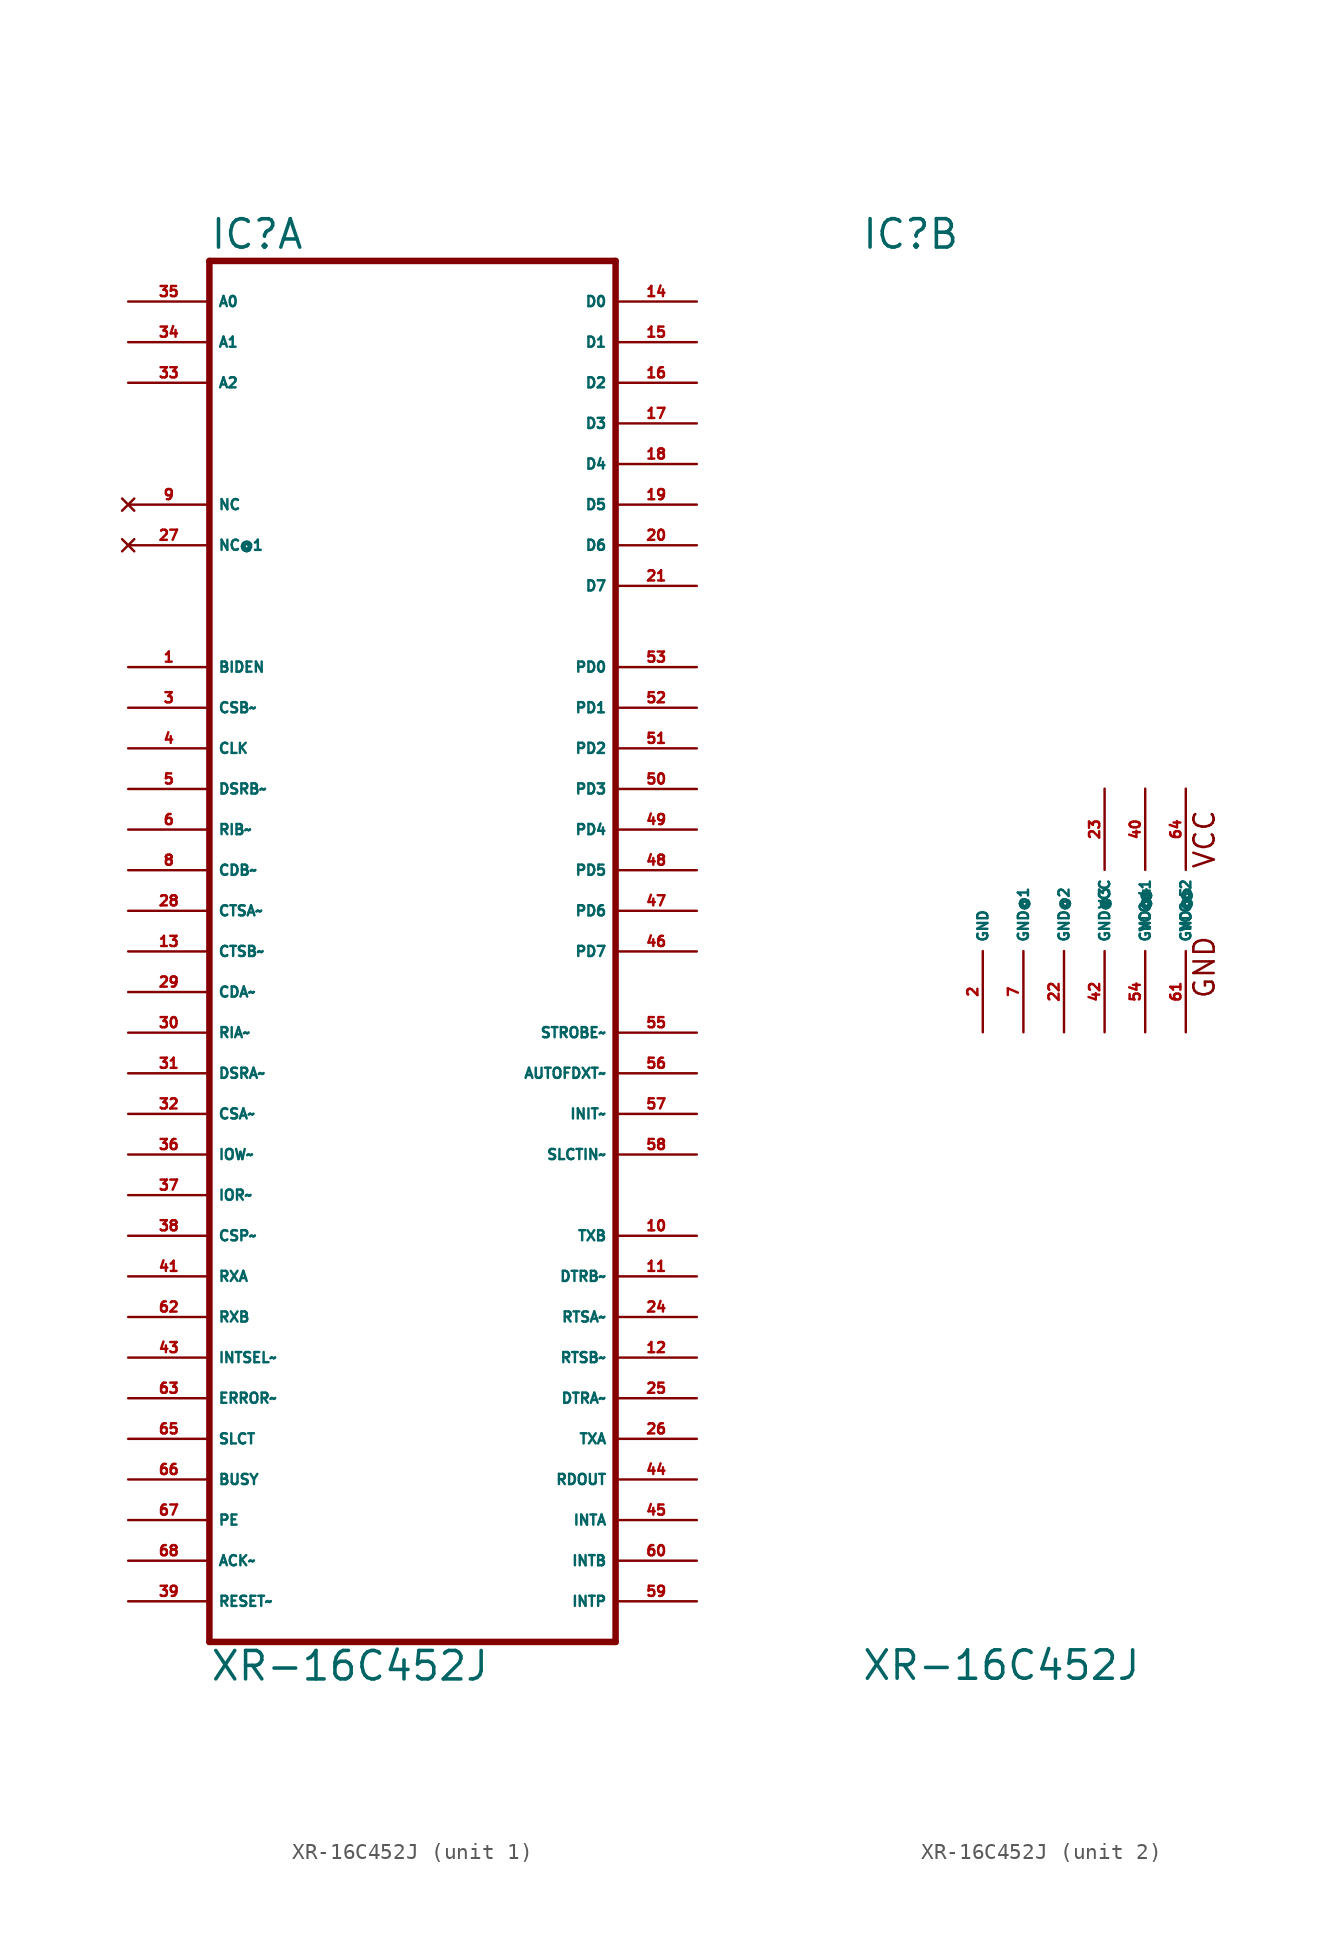
<source format=kicad_sym>
(kicad_symbol_lib
  (version 20220914)
  (generator Eagle2Kicad)
  (symbol "XR-16C452J"
    (property "Reference" "IC"
      (at -12.7 41.275 0)
      (effects (font (size 1.778 1.778) (thickness 0.22)) (justify left bottom)))
    (property "Value" "XR-16C452J"
      (at -12.7 -48.26 0)
      (effects (font (size 1.778 1.778) (thickness 0.22)) (justify left bottom)))
    (symbol "XR-16C452J_1_0"
      (polyline (pts (xy -12.7 -45.72) (xy 12.7 -45.72)) (stroke (width 0.406) (type default)) (fill (type none)))
      (polyline (pts (xy 12.7 -45.72) (xy 12.7 40.64)) (stroke (width 0.406) (type default)) (fill (type none)))
      (polyline (pts (xy 12.7 40.64) (xy -12.7 40.64)) (stroke (width 0.406) (type default)) (fill (type none)))
      (polyline (pts (xy -12.7 40.64) (xy -12.7 -45.72)) (stroke (width 0.406) (type default)) (fill (type none)))
      (pin bidirectional line (at 17.78 38.1 180) (length 5.08) (name "D0" (effects (font (size 0.635 0.635) (thickness 0.08)) (justify left bottom))) (number "14" (effects (font (size 0.635 0.635) (thickness 0.08)) (justify left bottom))))
      (pin bidirectional line (at 17.78 35.56 180) (length 5.08) (name "D1" (effects (font (size 0.635 0.635) (thickness 0.08)) (justify left bottom))) (number "15" (effects (font (size 0.635 0.635) (thickness 0.08)) (justify left bottom))))
      (pin bidirectional line (at 17.78 33.02 180) (length 5.08) (name "D2" (effects (font (size 0.635 0.635) (thickness 0.08)) (justify left bottom))) (number "16" (effects (font (size 0.635 0.635) (thickness 0.08)) (justify left bottom))))
      (pin bidirectional line (at 17.78 30.48 180) (length 5.08) (name "D3" (effects (font (size 0.635 0.635) (thickness 0.08)) (justify left bottom))) (number "17" (effects (font (size 0.635 0.635) (thickness 0.08)) (justify left bottom))))
      (pin bidirectional line (at 17.78 27.94 180) (length 5.08) (name "D4" (effects (font (size 0.635 0.635) (thickness 0.08)) (justify left bottom))) (number "18" (effects (font (size 0.635 0.635) (thickness 0.08)) (justify left bottom))))
      (pin bidirectional line (at 17.78 25.4 180) (length 5.08) (name "D5" (effects (font (size 0.635 0.635) (thickness 0.08)) (justify left bottom))) (number "19" (effects (font (size 0.635 0.635) (thickness 0.08)) (justify left bottom))))
      (pin bidirectional line (at 17.78 22.86 180) (length 5.08) (name "D6" (effects (font (size 0.635 0.635) (thickness 0.08)) (justify left bottom))) (number "20" (effects (font (size 0.635 0.635) (thickness 0.08)) (justify left bottom))))
      (pin bidirectional line (at 17.78 20.32 180) (length 5.08) (name "D7" (effects (font (size 0.635 0.635) (thickness 0.08)) (justify left bottom))) (number "21" (effects (font (size 0.635 0.635) (thickness 0.08)) (justify left bottom))))
      (pin input line (at -17.78 38.1 0) (length 5.08) (name "A0" (effects (font (size 0.635 0.635) (thickness 0.08)) (justify left bottom))) (number "35" (effects (font (size 0.635 0.635) (thickness 0.08)) (justify left bottom))))
      (pin input line (at -17.78 35.56 0) (length 5.08) (name "A1" (effects (font (size 0.635 0.635) (thickness 0.08)) (justify left bottom))) (number "34" (effects (font (size 0.635 0.635) (thickness 0.08)) (justify left bottom))))
      (pin input line (at -17.78 33.02 0) (length 5.08) (name "A2" (effects (font (size 0.635 0.635) (thickness 0.08)) (justify left bottom))) (number "33" (effects (font (size 0.635 0.635) (thickness 0.08)) (justify left bottom))))
      (pin input line (at -17.78 15.24 0) (length 5.08) (name "BIDEN" (effects (font (size 0.635 0.635) (thickness 0.08)) (justify left bottom))) (number "1" (effects (font (size 0.635 0.635) (thickness 0.08)) (justify left bottom))))
      (pin input line (at -17.78 12.7 0) (length 5.08) (name "CSB~" (effects (font (size 0.635 0.635) (thickness 0.08)) (justify left bottom))) (number "3" (effects (font (size 0.635 0.635) (thickness 0.08)) (justify left bottom))))
      (pin input line (at -17.78 10.16 0) (length 5.08) (name "CLK" (effects (font (size 0.635 0.635) (thickness 0.08)) (justify left bottom))) (number "4" (effects (font (size 0.635 0.635) (thickness 0.08)) (justify left bottom))))
      (pin input line (at -17.78 7.62 0) (length 5.08) (name "DSRB~" (effects (font (size 0.635 0.635) (thickness 0.08)) (justify left bottom))) (number "5" (effects (font (size 0.635 0.635) (thickness 0.08)) (justify left bottom))))
      (pin input line (at -17.78 5.08 0) (length 5.08) (name "RIB~" (effects (font (size 0.635 0.635) (thickness 0.08)) (justify left bottom))) (number "6" (effects (font (size 0.635 0.635) (thickness 0.08)) (justify left bottom))))
      (pin input line (at -17.78 2.54 0) (length 5.08) (name "CDB~" (effects (font (size 0.635 0.635) (thickness 0.08)) (justify left bottom))) (number "8" (effects (font (size 0.635 0.635) (thickness 0.08)) (justify left bottom))))
      (pin input line (at -17.78 0 0) (length 5.08) (name "CTSA~" (effects (font (size 0.635 0.635) (thickness 0.08)) (justify left bottom))) (number "28" (effects (font (size 0.635 0.635) (thickness 0.08)) (justify left bottom))))
      (pin input line (at -17.78 -2.54 0) (length 5.08) (name "CTSB~" (effects (font (size 0.635 0.635) (thickness 0.08)) (justify left bottom))) (number "13" (effects (font (size 0.635 0.635) (thickness 0.08)) (justify left bottom))))
      (pin input line (at -17.78 -5.08 0) (length 5.08) (name "CDA~" (effects (font (size 0.635 0.635) (thickness 0.08)) (justify left bottom))) (number "29" (effects (font (size 0.635 0.635) (thickness 0.08)) (justify left bottom))))
      (pin input line (at -17.78 -7.62 0) (length 5.08) (name "RIA~" (effects (font (size 0.635 0.635) (thickness 0.08)) (justify left bottom))) (number "30" (effects (font (size 0.635 0.635) (thickness 0.08)) (justify left bottom))))
      (pin input line (at -17.78 -10.16 0) (length 5.08) (name "DSRA~" (effects (font (size 0.635 0.635) (thickness 0.08)) (justify left bottom))) (number "31" (effects (font (size 0.635 0.635) (thickness 0.08)) (justify left bottom))))
      (pin input line (at -17.78 -12.7 0) (length 5.08) (name "CSA~" (effects (font (size 0.635 0.635) (thickness 0.08)) (justify left bottom))) (number "32" (effects (font (size 0.635 0.635) (thickness 0.08)) (justify left bottom))))
      (pin input line (at -17.78 -15.24 0) (length 5.08) (name "IOW~" (effects (font (size 0.635 0.635) (thickness 0.08)) (justify left bottom))) (number "36" (effects (font (size 0.635 0.635) (thickness 0.08)) (justify left bottom))))
      (pin input line (at -17.78 -17.78 0) (length 5.08) (name "IOR~" (effects (font (size 0.635 0.635) (thickness 0.08)) (justify left bottom))) (number "37" (effects (font (size 0.635 0.635) (thickness 0.08)) (justify left bottom))))
      (pin input line (at -17.78 -20.32 0) (length 5.08) (name "CSP~" (effects (font (size 0.635 0.635) (thickness 0.08)) (justify left bottom))) (number "38" (effects (font (size 0.635 0.635) (thickness 0.08)) (justify left bottom))))
      (pin input line (at -17.78 -22.86 0) (length 5.08) (name "RXA" (effects (font (size 0.635 0.635) (thickness 0.08)) (justify left bottom))) (number "41" (effects (font (size 0.635 0.635) (thickness 0.08)) (justify left bottom))))
      (pin input line (at -17.78 -25.4 0) (length 5.08) (name "RXB" (effects (font (size 0.635 0.635) (thickness 0.08)) (justify left bottom))) (number "62" (effects (font (size 0.635 0.635) (thickness 0.08)) (justify left bottom))))
      (pin input line (at -17.78 -27.94 0) (length 5.08) (name "INTSEL~" (effects (font (size 0.635 0.635) (thickness 0.08)) (justify left bottom))) (number "43" (effects (font (size 0.635 0.635) (thickness 0.08)) (justify left bottom))))
      (pin input line (at -17.78 -30.48 0) (length 5.08) (name "ERROR~" (effects (font (size 0.635 0.635) (thickness 0.08)) (justify left bottom))) (number "63" (effects (font (size 0.635 0.635) (thickness 0.08)) (justify left bottom))))
      (pin input line (at -17.78 -33.02 0) (length 5.08) (name "SLCT" (effects (font (size 0.635 0.635) (thickness 0.08)) (justify left bottom))) (number "65" (effects (font (size 0.635 0.635) (thickness 0.08)) (justify left bottom))))
      (pin input line (at -17.78 -35.56 0) (length 5.08) (name "BUSY" (effects (font (size 0.635 0.635) (thickness 0.08)) (justify left bottom))) (number "66" (effects (font (size 0.635 0.635) (thickness 0.08)) (justify left bottom))))
      (pin input line (at -17.78 -38.1 0) (length 5.08) (name "PE" (effects (font (size 0.635 0.635) (thickness 0.08)) (justify left bottom))) (number "67" (effects (font (size 0.635 0.635) (thickness 0.08)) (justify left bottom))))
      (pin input line (at -17.78 -40.64 0) (length 5.08) (name "ACK~" (effects (font (size 0.635 0.635) (thickness 0.08)) (justify left bottom))) (number "68" (effects (font (size 0.635 0.635) (thickness 0.08)) (justify left bottom))))
      (pin input line (at -17.78 -43.18 0) (length 5.08) (name "RESET~" (effects (font (size 0.635 0.635) (thickness 0.08)) (justify left bottom))) (number "39" (effects (font (size 0.635 0.635) (thickness 0.08)) (justify left bottom))))
      (pin bidirectional line (at 17.78 -7.62 180) (length 5.08) (name "STROBE~" (effects (font (size 0.635 0.635) (thickness 0.08)) (justify left bottom))) (number "55" (effects (font (size 0.635 0.635) (thickness 0.08)) (justify left bottom))))
      (pin bidirectional line (at 17.78 -10.16 180) (length 5.08) (name "AUTOFDXT~" (effects (font (size 0.635 0.635) (thickness 0.08)) (justify left bottom))) (number "56" (effects (font (size 0.635 0.635) (thickness 0.08)) (justify left bottom))))
      (pin bidirectional line (at 17.78 -12.7 180) (length 5.08) (name "INIT~" (effects (font (size 0.635 0.635) (thickness 0.08)) (justify left bottom))) (number "57" (effects (font (size 0.635 0.635) (thickness 0.08)) (justify left bottom))))
      (pin bidirectional line (at 17.78 -15.24 180) (length 5.08) (name "SLCTIN~" (effects (font (size 0.635 0.635) (thickness 0.08)) (justify left bottom))) (number "58" (effects (font (size 0.635 0.635) (thickness 0.08)) (justify left bottom))))
      (pin output line (at 17.78 -20.32 180) (length 5.08) (name "TXB" (effects (font (size 0.635 0.635) (thickness 0.08)) (justify left bottom))) (number "10" (effects (font (size 0.635 0.635) (thickness 0.08)) (justify left bottom))))
      (pin output line (at 17.78 -22.86 180) (length 5.08) (name "DTRB~" (effects (font (size 0.635 0.635) (thickness 0.08)) (justify left bottom))) (number "11" (effects (font (size 0.635 0.635) (thickness 0.08)) (justify left bottom))))
      (pin output line (at 17.78 -25.4 180) (length 5.08) (name "RTSA~" (effects (font (size 0.635 0.635) (thickness 0.08)) (justify left bottom))) (number "24" (effects (font (size 0.635 0.635) (thickness 0.08)) (justify left bottom))))
      (pin output line (at 17.78 -27.94 180) (length 5.08) (name "RTSB~" (effects (font (size 0.635 0.635) (thickness 0.08)) (justify left bottom))) (number "12" (effects (font (size 0.635 0.635) (thickness 0.08)) (justify left bottom))))
      (pin output line (at 17.78 -30.48 180) (length 5.08) (name "DTRA~" (effects (font (size 0.635 0.635) (thickness 0.08)) (justify left bottom))) (number "25" (effects (font (size 0.635 0.635) (thickness 0.08)) (justify left bottom))))
      (pin output line (at 17.78 -33.02 180) (length 5.08) (name "TXA" (effects (font (size 0.635 0.635) (thickness 0.08)) (justify left bottom))) (number "26" (effects (font (size 0.635 0.635) (thickness 0.08)) (justify left bottom))))
      (pin output line (at 17.78 -35.56 180) (length 5.08) (name "RDOUT" (effects (font (size 0.635 0.635) (thickness 0.08)) (justify left bottom))) (number "44" (effects (font (size 0.635 0.635) (thickness 0.08)) (justify left bottom))))
      (pin output line (at 17.78 -38.1 180) (length 5.08) (name "INTA" (effects (font (size 0.635 0.635) (thickness 0.08)) (justify left bottom))) (number "45" (effects (font (size 0.635 0.635) (thickness 0.08)) (justify left bottom))))
      (pin output line (at 17.78 -40.64 180) (length 5.08) (name "INTB" (effects (font (size 0.635 0.635) (thickness 0.08)) (justify left bottom))) (number "60" (effects (font (size 0.635 0.635) (thickness 0.08)) (justify left bottom))))
      (pin output line (at 17.78 -43.18 180) (length 5.08) (name "INTP" (effects (font (size 0.635 0.635) (thickness 0.08)) (justify left bottom))) (number "59" (effects (font (size 0.635 0.635) (thickness 0.08)) (justify left bottom))))
      (pin bidirectional line (at 17.78 15.24 180) (length 5.08) (name "PD0" (effects (font (size 0.635 0.635) (thickness 0.08)) (justify left bottom))) (number "53" (effects (font (size 0.635 0.635) (thickness 0.08)) (justify left bottom))))
      (pin bidirectional line (at 17.78 12.7 180) (length 5.08) (name "PD1" (effects (font (size 0.635 0.635) (thickness 0.08)) (justify left bottom))) (number "52" (effects (font (size 0.635 0.635) (thickness 0.08)) (justify left bottom))))
      (pin bidirectional line (at 17.78 10.16 180) (length 5.08) (name "PD2" (effects (font (size 0.635 0.635) (thickness 0.08)) (justify left bottom))) (number "51" (effects (font (size 0.635 0.635) (thickness 0.08)) (justify left bottom))))
      (pin bidirectional line (at 17.78 7.62 180) (length 5.08) (name "PD3" (effects (font (size 0.635 0.635) (thickness 0.08)) (justify left bottom))) (number "50" (effects (font (size 0.635 0.635) (thickness 0.08)) (justify left bottom))))
      (pin bidirectional line (at 17.78 5.08 180) (length 5.08) (name "PD4" (effects (font (size 0.635 0.635) (thickness 0.08)) (justify left bottom))) (number "49" (effects (font (size 0.635 0.635) (thickness 0.08)) (justify left bottom))))
      (pin bidirectional line (at 17.78 2.54 180) (length 5.08) (name "PD5" (effects (font (size 0.635 0.635) (thickness 0.08)) (justify left bottom))) (number "48" (effects (font (size 0.635 0.635) (thickness 0.08)) (justify left bottom))))
      (pin bidirectional line (at 17.78 0 180) (length 5.08) (name "PD6" (effects (font (size 0.635 0.635) (thickness 0.08)) (justify left bottom))) (number "47" (effects (font (size 0.635 0.635) (thickness 0.08)) (justify left bottom))))
      (pin bidirectional line (at 17.78 -2.54 180) (length 5.08) (name "PD7" (effects (font (size 0.635 0.635) (thickness 0.08)) (justify left bottom))) (number "46" (effects (font (size 0.635 0.635) (thickness 0.08)) (justify left bottom))))
      (pin no_connect line (at -17.78 25.4 0) (length 5.08) (name "NC" (effects (font (size 0.635 0.635) (thickness 0.08)) (justify left bottom) hide)) (number "9" (effects (font (size 0.635 0.635) (thickness 0.08)) (justify left bottom) hide)))
      (pin no_connect line (at -17.78 22.86 0) (length 5.08) (name "NC@1" (effects (font (size 0.635 0.635) (thickness 0.08)) (justify left bottom) hide)) (number "27" (effects (font (size 0.635 0.635) (thickness 0.08)) (justify left bottom) hide))))
    (symbol "XR-16C452J_2_0"
      (text "GND" (at 9.525 -5.588 900) (effects (font (size 1.27 1.27) (thickness 0.16)) (justify left bottom)))
      (text "VCC" (at 9.525 2.54 900) (effects (font (size 1.27 1.27) (thickness 0.16)) (justify left bottom)))
      (pin unspecified line (at 2.54 7.62 270) (length 5.08) (name "VCC" (effects (font (size 0.635 0.635) (thickness 0.08)) (justify left bottom))) (number "23" (effects (font (size 0.635 0.635) (thickness 0.08)) (justify left bottom))))
      (pin unspecified line (at 5.08 7.62 270) (length 5.08) (name "VCC@1" (effects (font (size 0.635 0.635) (thickness 0.08)) (justify left bottom))) (number "40" (effects (font (size 0.635 0.635) (thickness 0.08)) (justify left bottom))))
      (pin unspecified line (at 7.62 7.62 270) (length 5.08) (name "VCC@2" (effects (font (size 0.635 0.635) (thickness 0.08)) (justify left bottom))) (number "64" (effects (font (size 0.635 0.635) (thickness 0.08)) (justify left bottom))))
      (pin unspecified line (at -5.08 -7.62 90) (length 5.08) (name "GND" (effects (font (size 0.635 0.635) (thickness 0.08)) (justify left bottom))) (number "2" (effects (font (size 0.635 0.635) (thickness 0.08)) (justify left bottom))))
      (pin unspecified line (at -2.54 -7.62 90) (length 5.08) (name "GND@1" (effects (font (size 0.635 0.635) (thickness 0.08)) (justify left bottom))) (number "7" (effects (font (size 0.635 0.635) (thickness 0.08)) (justify left bottom))))
      (pin unspecified line (at 0 -7.62 90) (length 5.08) (name "GND@2" (effects (font (size 0.635 0.635) (thickness 0.08)) (justify left bottom))) (number "22" (effects (font (size 0.635 0.635) (thickness 0.08)) (justify left bottom))))
      (pin unspecified line (at 2.54 -7.62 90) (length 5.08) (name "GND@3" (effects (font (size 0.635 0.635) (thickness 0.08)) (justify left bottom))) (number "42" (effects (font (size 0.635 0.635) (thickness 0.08)) (justify left bottom))))
      (pin unspecified line (at 5.08 -7.62 90) (length 5.08) (name "GND@4" (effects (font (size 0.635 0.635) (thickness 0.08)) (justify left bottom))) (number "54" (effects (font (size 0.635 0.635) (thickness 0.08)) (justify left bottom))))
      (pin unspecified line (at 7.62 -7.62 90) (length 5.08) (name "GND@5" (effects (font (size 0.635 0.635) (thickness 0.08)) (justify left bottom))) (number "61" (effects (font (size 0.635 0.635) (thickness 0.08)) (justify left bottom)))))))
</source>
